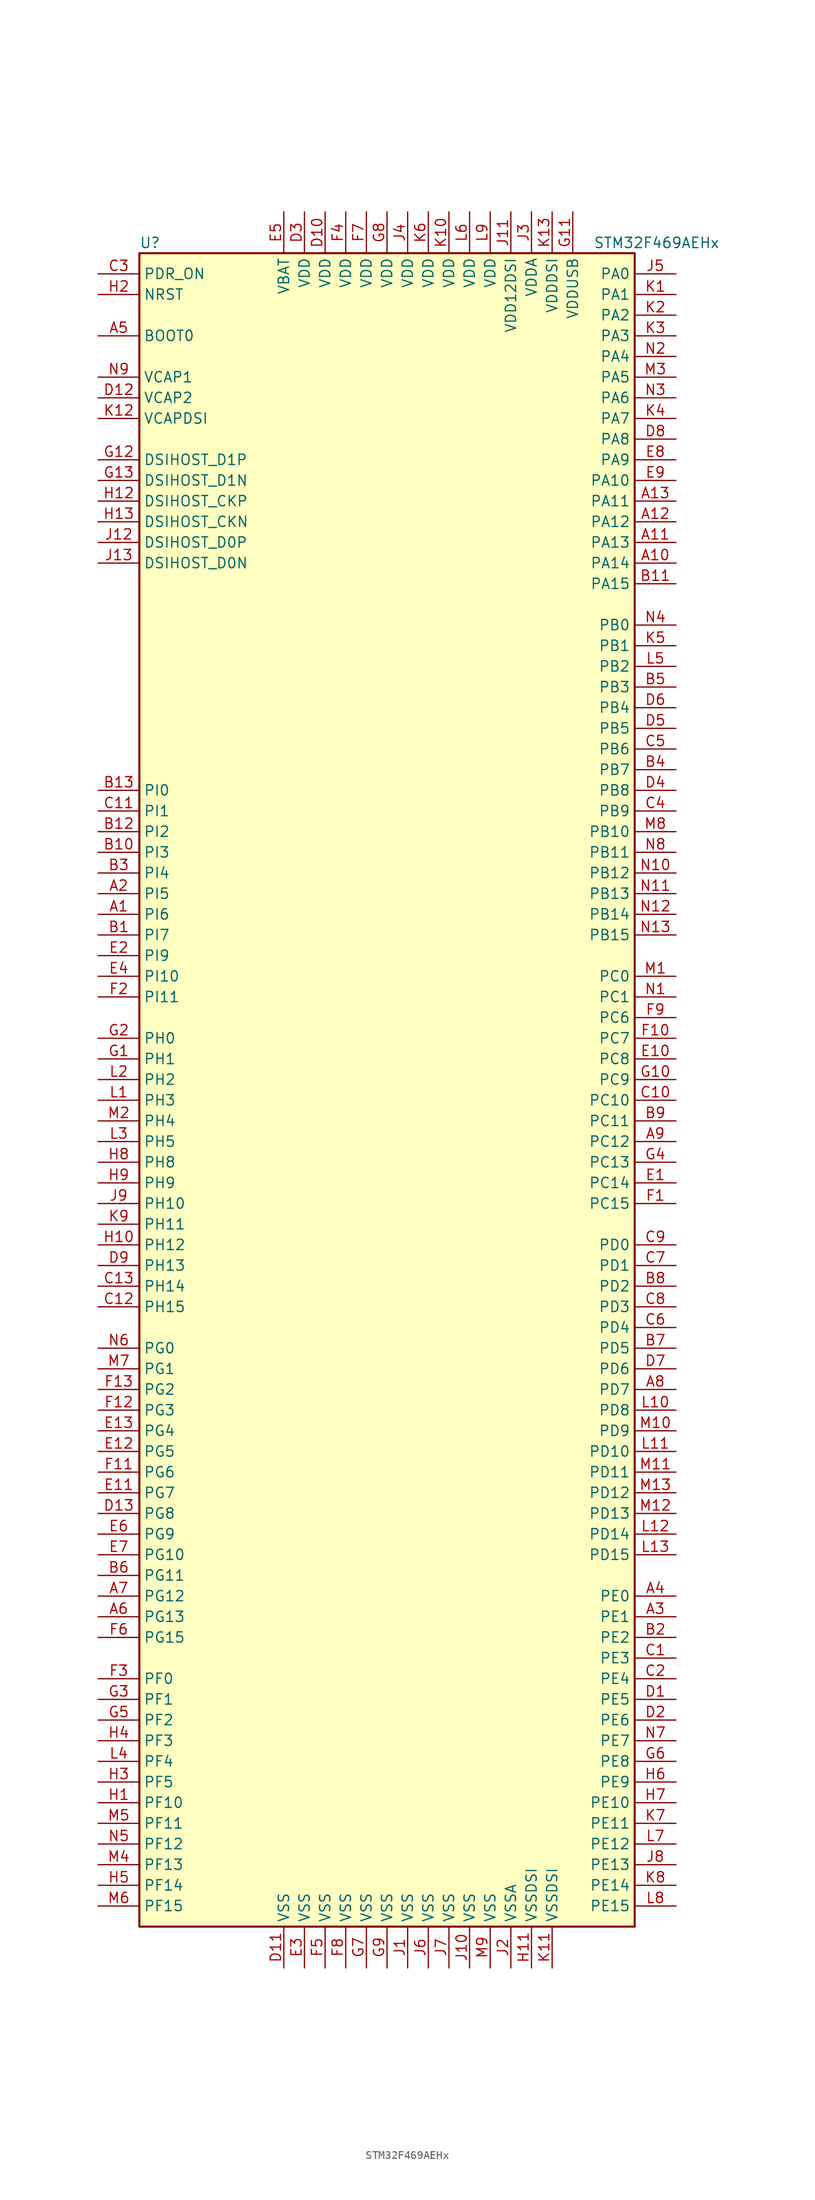
<source format=kicad_sym>
(kicad_symbol_lib
  (version 20220914)
  (generator kicad_symbol_editor)
  (symbol "STM32F469AEHx"
    (property "Reference" "U"
      (at -30.48 102.87 0)
      (effects (font (size 1.27 1.27)) (justify left)))
    (property "Value" "STM32F469AEHx"
      (at 25.4 102.87 0)
      (effects (font (size 1.27 1.27)) (justify left)))
    (symbol "STM32F469AEHx_0_1"
      (rectangle (start -30.48 -104.14) (end 30.48 101.6) (stroke (width 0.254) (type default)) (fill (type background))))
    (symbol "STM32F469AEHx_1_1"
      (pin bidirectional line (at -35.56 20.32 0) (length 5.08) (name "PI6" (effects (font (size 1.27 1.27)))) (number "A1" (effects (font (size 1.27 1.27)))))
      (pin bidirectional line (at 35.56 63.5 180) (length 5.08) (name "PA14" (effects (font (size 1.27 1.27)))) (number "A10" (effects (font (size 1.27 1.27)))))
      (pin bidirectional line (at 35.56 66.04 180) (length 5.08) (name "PA13" (effects (font (size 1.27 1.27)))) (number "A11" (effects (font (size 1.27 1.27)))))
      (pin bidirectional line (at 35.56 68.58 180) (length 5.08) (name "PA12" (effects (font (size 1.27 1.27)))) (number "A12" (effects (font (size 1.27 1.27)))))
      (pin bidirectional line (at 35.56 71.12 180) (length 5.08) (name "PA11" (effects (font (size 1.27 1.27)))) (number "A13" (effects (font (size 1.27 1.27)))))
      (pin bidirectional line (at -35.56 22.86 0) (length 5.08) (name "PI5" (effects (font (size 1.27 1.27)))) (number "A2" (effects (font (size 1.27 1.27)))))
      (pin bidirectional line (at 35.56 -66.04 180) (length 5.08) (name "PE1" (effects (font (size 1.27 1.27)))) (number "A3" (effects (font (size 1.27 1.27)))))
      (pin bidirectional line (at 35.56 -63.5 180) (length 5.08) (name "PE0" (effects (font (size 1.27 1.27)))) (number "A4" (effects (font (size 1.27 1.27)))))
      (pin input line (at -35.56 91.44 0) (length 5.08) (name "BOOT0" (effects (font (size 1.27 1.27)))) (number "A5" (effects (font (size 1.27 1.27)))))
      (pin bidirectional line (at -35.56 -66.04 0) (length 5.08) (name "PG13" (effects (font (size 1.27 1.27)))) (number "A6" (effects (font (size 1.27 1.27)))))
      (pin bidirectional line (at -35.56 -63.5 0) (length 5.08) (name "PG12" (effects (font (size 1.27 1.27)))) (number "A7" (effects (font (size 1.27 1.27)))))
      (pin bidirectional line (at 35.56 -38.1 180) (length 5.08) (name "PD7" (effects (font (size 1.27 1.27)))) (number "A8" (effects (font (size 1.27 1.27)))))
      (pin bidirectional line (at 35.56 -7.62 180) (length 5.08) (name "PC12" (effects (font (size 1.27 1.27)))) (number "A9" (effects (font (size 1.27 1.27)))))
      (pin bidirectional line (at -35.56 17.78 0) (length 5.08) (name "PI7" (effects (font (size 1.27 1.27)))) (number "B1" (effects (font (size 1.27 1.27)))))
      (pin bidirectional line (at -35.56 27.94 0) (length 5.08) (name "PI3" (effects (font (size 1.27 1.27)))) (number "B10" (effects (font (size 1.27 1.27)))))
      (pin bidirectional line (at 35.56 60.96 180) (length 5.08) (name "PA15" (effects (font (size 1.27 1.27)))) (number "B11" (effects (font (size 1.27 1.27)))))
      (pin bidirectional line (at -35.56 30.48 0) (length 5.08) (name "PI2" (effects (font (size 1.27 1.27)))) (number "B12" (effects (font (size 1.27 1.27)))))
      (pin bidirectional line (at -35.56 35.56 0) (length 5.08) (name "PI0" (effects (font (size 1.27 1.27)))) (number "B13" (effects (font (size 1.27 1.27)))))
      (pin bidirectional line (at 35.56 -68.58 180) (length 5.08) (name "PE2" (effects (font (size 1.27 1.27)))) (number "B2" (effects (font (size 1.27 1.27)))))
      (pin bidirectional line (at -35.56 25.4 0) (length 5.08) (name "PI4" (effects (font (size 1.27 1.27)))) (number "B3" (effects (font (size 1.27 1.27)))))
      (pin bidirectional line (at 35.56 38.1 180) (length 5.08) (name "PB7" (effects (font (size 1.27 1.27)))) (number "B4" (effects (font (size 1.27 1.27)))))
      (pin bidirectional line (at 35.56 48.26 180) (length 5.08) (name "PB3" (effects (font (size 1.27 1.27)))) (number "B5" (effects (font (size 1.27 1.27)))))
      (pin bidirectional line (at -35.56 -60.96 0) (length 5.08) (name "PG11" (effects (font (size 1.27 1.27)))) (number "B6" (effects (font (size 1.27 1.27)))))
      (pin bidirectional line (at 35.56 -33.02 180) (length 5.08) (name "PD5" (effects (font (size 1.27 1.27)))) (number "B7" (effects (font (size 1.27 1.27)))))
      (pin bidirectional line (at 35.56 -25.4 180) (length 5.08) (name "PD2" (effects (font (size 1.27 1.27)))) (number "B8" (effects (font (size 1.27 1.27)))))
      (pin bidirectional line (at 35.56 -5.08 180) (length 5.08) (name "PC11" (effects (font (size 1.27 1.27)))) (number "B9" (effects (font (size 1.27 1.27)))))
      (pin bidirectional line (at 35.56 -71.12 180) (length 5.08) (name "PE3" (effects (font (size 1.27 1.27)))) (number "C1" (effects (font (size 1.27 1.27)))))
      (pin bidirectional line (at 35.56 -2.54 180) (length 5.08) (name "PC10" (effects (font (size 1.27 1.27)))) (number "C10" (effects (font (size 1.27 1.27)))))
      (pin bidirectional line (at -35.56 33.02 0) (length 5.08) (name "PI1" (effects (font (size 1.27 1.27)))) (number "C11" (effects (font (size 1.27 1.27)))))
      (pin bidirectional line (at -35.56 -27.94 0) (length 5.08) (name "PH15" (effects (font (size 1.27 1.27)))) (number "C12" (effects (font (size 1.27 1.27)))))
      (pin bidirectional line (at -35.56 -25.4 0) (length 5.08) (name "PH14" (effects (font (size 1.27 1.27)))) (number "C13" (effects (font (size 1.27 1.27)))))
      (pin bidirectional line (at 35.56 -73.66 180) (length 5.08) (name "PE4" (effects (font (size 1.27 1.27)))) (number "C2" (effects (font (size 1.27 1.27)))))
      (pin input line (at -35.56 99.06 0) (length 5.08) (name "PDR_ON" (effects (font (size 1.27 1.27)))) (number "C3" (effects (font (size 1.27 1.27)))))
      (pin bidirectional line (at 35.56 33.02 180) (length 5.08) (name "PB9" (effects (font (size 1.27 1.27)))) (number "C4" (effects (font (size 1.27 1.27)))))
      (pin bidirectional line (at 35.56 40.64 180) (length 5.08) (name "PB6" (effects (font (size 1.27 1.27)))) (number "C5" (effects (font (size 1.27 1.27)))))
      (pin bidirectional line (at 35.56 -30.48 180) (length 5.08) (name "PD4" (effects (font (size 1.27 1.27)))) (number "C6" (effects (font (size 1.27 1.27)))))
      (pin bidirectional line (at 35.56 -22.86 180) (length 5.08) (name "PD1" (effects (font (size 1.27 1.27)))) (number "C7" (effects (font (size 1.27 1.27)))))
      (pin bidirectional line (at 35.56 -27.94 180) (length 5.08) (name "PD3" (effects (font (size 1.27 1.27)))) (number "C8" (effects (font (size 1.27 1.27)))))
      (pin bidirectional line (at 35.56 -20.32 180) (length 5.08) (name "PD0" (effects (font (size 1.27 1.27)))) (number "C9" (effects (font (size 1.27 1.27)))))
      (pin bidirectional line (at 35.56 -76.2 180) (length 5.08) (name "PE5" (effects (font (size 1.27 1.27)))) (number "D1" (effects (font (size 1.27 1.27)))))
      (pin power_in line (at -7.62 106.68 270) (length 5.08) (name "VDD" (effects (font (size 1.27 1.27)))) (number "D10" (effects (font (size 1.27 1.27)))))
      (pin power_in line (at -12.7 -109.22 90) (length 5.08) (name "VSS" (effects (font (size 1.27 1.27)))) (number "D11" (effects (font (size 1.27 1.27)))))
      (pin power_in line (at -35.56 83.82 0) (length 5.08) (name "VCAP2" (effects (font (size 1.27 1.27)))) (number "D12" (effects (font (size 1.27 1.27)))))
      (pin bidirectional line (at -35.56 -53.34 0) (length 5.08) (name "PG8" (effects (font (size 1.27 1.27)))) (number "D13" (effects (font (size 1.27 1.27)))))
      (pin bidirectional line (at 35.56 -78.74 180) (length 5.08) (name "PE6" (effects (font (size 1.27 1.27)))) (number "D2" (effects (font (size 1.27 1.27)))))
      (pin power_in line (at -10.16 106.68 270) (length 5.08) (name "VDD" (effects (font (size 1.27 1.27)))) (number "D3" (effects (font (size 1.27 1.27)))))
      (pin bidirectional line (at 35.56 35.56 180) (length 5.08) (name "PB8" (effects (font (size 1.27 1.27)))) (number "D4" (effects (font (size 1.27 1.27)))))
      (pin bidirectional line (at 35.56 43.18 180) (length 5.08) (name "PB5" (effects (font (size 1.27 1.27)))) (number "D5" (effects (font (size 1.27 1.27)))))
      (pin bidirectional line (at 35.56 45.72 180) (length 5.08) (name "PB4" (effects (font (size 1.27 1.27)))) (number "D6" (effects (font (size 1.27 1.27)))))
      (pin bidirectional line (at 35.56 -35.56 180) (length 5.08) (name "PD6" (effects (font (size 1.27 1.27)))) (number "D7" (effects (font (size 1.27 1.27)))))
      (pin bidirectional line (at 35.56 78.74 180) (length 5.08) (name "PA8" (effects (font (size 1.27 1.27)))) (number "D8" (effects (font (size 1.27 1.27)))))
      (pin bidirectional line (at -35.56 -22.86 0) (length 5.08) (name "PH13" (effects (font (size 1.27 1.27)))) (number "D9" (effects (font (size 1.27 1.27)))))
      (pin bidirectional line (at 35.56 -12.7 180) (length 5.08) (name "PC14" (effects (font (size 1.27 1.27)))) (number "E1" (effects (font (size 1.27 1.27)))))
      (pin bidirectional line (at 35.56 2.54 180) (length 5.08) (name "PC8" (effects (font (size 1.27 1.27)))) (number "E10" (effects (font (size 1.27 1.27)))))
      (pin bidirectional line (at -35.56 -50.8 0) (length 5.08) (name "PG7" (effects (font (size 1.27 1.27)))) (number "E11" (effects (font (size 1.27 1.27)))))
      (pin bidirectional line (at -35.56 -45.72 0) (length 5.08) (name "PG5" (effects (font (size 1.27 1.27)))) (number "E12" (effects (font (size 1.27 1.27)))))
      (pin bidirectional line (at -35.56 -43.18 0) (length 5.08) (name "PG4" (effects (font (size 1.27 1.27)))) (number "E13" (effects (font (size 1.27 1.27)))))
      (pin bidirectional line (at -35.56 15.24 0) (length 5.08) (name "PI9" (effects (font (size 1.27 1.27)))) (number "E2" (effects (font (size 1.27 1.27)))))
      (pin power_in line (at -10.16 -109.22 90) (length 5.08) (name "VSS" (effects (font (size 1.27 1.27)))) (number "E3" (effects (font (size 1.27 1.27)))))
      (pin bidirectional line (at -35.56 12.7 0) (length 5.08) (name "PI10" (effects (font (size 1.27 1.27)))) (number "E4" (effects (font (size 1.27 1.27)))))
      (pin power_in line (at -12.7 106.68 270) (length 5.08) (name "VBAT" (effects (font (size 1.27 1.27)))) (number "E5" (effects (font (size 1.27 1.27)))))
      (pin bidirectional line (at -35.56 -55.88 0) (length 5.08) (name "PG9" (effects (font (size 1.27 1.27)))) (number "E6" (effects (font (size 1.27 1.27)))))
      (pin bidirectional line (at -35.56 -58.42 0) (length 5.08) (name "PG10" (effects (font (size 1.27 1.27)))) (number "E7" (effects (font (size 1.27 1.27)))))
      (pin bidirectional line (at 35.56 76.2 180) (length 5.08) (name "PA9" (effects (font (size 1.27 1.27)))) (number "E8" (effects (font (size 1.27 1.27)))))
      (pin bidirectional line (at 35.56 73.66 180) (length 5.08) (name "PA10" (effects (font (size 1.27 1.27)))) (number "E9" (effects (font (size 1.27 1.27)))))
      (pin bidirectional line (at 35.56 -15.24 180) (length 5.08) (name "PC15" (effects (font (size 1.27 1.27)))) (number "F1" (effects (font (size 1.27 1.27)))))
      (pin bidirectional line (at 35.56 5.08 180) (length 5.08) (name "PC7" (effects (font (size 1.27 1.27)))) (number "F10" (effects (font (size 1.27 1.27)))))
      (pin bidirectional line (at -35.56 -48.26 0) (length 5.08) (name "PG6" (effects (font (size 1.27 1.27)))) (number "F11" (effects (font (size 1.27 1.27)))))
      (pin bidirectional line (at -35.56 -40.64 0) (length 5.08) (name "PG3" (effects (font (size 1.27 1.27)))) (number "F12" (effects (font (size 1.27 1.27)))))
      (pin bidirectional line (at -35.56 -38.1 0) (length 5.08) (name "PG2" (effects (font (size 1.27 1.27)))) (number "F13" (effects (font (size 1.27 1.27)))))
      (pin bidirectional line (at -35.56 10.16 0) (length 5.08) (name "PI11" (effects (font (size 1.27 1.27)))) (number "F2" (effects (font (size 1.27 1.27)))))
      (pin bidirectional line (at -35.56 -73.66 0) (length 5.08) (name "PF0" (effects (font (size 1.27 1.27)))) (number "F3" (effects (font (size 1.27 1.27)))))
      (pin power_in line (at -5.08 106.68 270) (length 5.08) (name "VDD" (effects (font (size 1.27 1.27)))) (number "F4" (effects (font (size 1.27 1.27)))))
      (pin power_in line (at -7.62 -109.22 90) (length 5.08) (name "VSS" (effects (font (size 1.27 1.27)))) (number "F5" (effects (font (size 1.27 1.27)))))
      (pin bidirectional line (at -35.56 -68.58 0) (length 5.08) (name "PG15" (effects (font (size 1.27 1.27)))) (number "F6" (effects (font (size 1.27 1.27)))))
      (pin power_in line (at -2.54 106.68 270) (length 5.08) (name "VDD" (effects (font (size 1.27 1.27)))) (number "F7" (effects (font (size 1.27 1.27)))))
      (pin power_in line (at -5.08 -109.22 90) (length 5.08) (name "VSS" (effects (font (size 1.27 1.27)))) (number "F8" (effects (font (size 1.27 1.27)))))
      (pin bidirectional line (at 35.56 7.62 180) (length 5.08) (name "PC6" (effects (font (size 1.27 1.27)))) (number "F9" (effects (font (size 1.27 1.27)))))
      (pin input line (at -35.56 2.54 0) (length 5.08) (name "PH1" (effects (font (size 1.27 1.27)))) (number "G1" (effects (font (size 1.27 1.27)))))
      (pin bidirectional line (at 35.56 0 180) (length 5.08) (name "PC9" (effects (font (size 1.27 1.27)))) (number "G10" (effects (font (size 1.27 1.27)))))
      (pin power_in line (at 22.86 106.68 270) (length 5.08) (name "VDDUSB" (effects (font (size 1.27 1.27)))) (number "G11" (effects (font (size 1.27 1.27)))))
      (pin bidirectional line (at -35.56 76.2 0) (length 5.08) (name "DSIHOST_D1P" (effects (font (size 1.27 1.27)))) (number "G12" (effects (font (size 1.27 1.27)))))
      (pin bidirectional line (at -35.56 73.66 0) (length 5.08) (name "DSIHOST_D1N" (effects (font (size 1.27 1.27)))) (number "G13" (effects (font (size 1.27 1.27)))))
      (pin input line (at -35.56 5.08 0) (length 5.08) (name "PH0" (effects (font (size 1.27 1.27)))) (number "G2" (effects (font (size 1.27 1.27)))))
      (pin bidirectional line (at -35.56 -76.2 0) (length 5.08) (name "PF1" (effects (font (size 1.27 1.27)))) (number "G3" (effects (font (size 1.27 1.27)))))
      (pin bidirectional line (at 35.56 -10.16 180) (length 5.08) (name "PC13" (effects (font (size 1.27 1.27)))) (number "G4" (effects (font (size 1.27 1.27)))))
      (pin bidirectional line (at -35.56 -78.74 0) (length 5.08) (name "PF2" (effects (font (size 1.27 1.27)))) (number "G5" (effects (font (size 1.27 1.27)))))
      (pin bidirectional line (at 35.56 -83.82 180) (length 5.08) (name "PE8" (effects (font (size 1.27 1.27)))) (number "G6" (effects (font (size 1.27 1.27)))))
      (pin power_in line (at -2.54 -109.22 90) (length 5.08) (name "VSS" (effects (font (size 1.27 1.27)))) (number "G7" (effects (font (size 1.27 1.27)))))
      (pin power_in line (at 0 106.68 270) (length 5.08) (name "VDD" (effects (font (size 1.27 1.27)))) (number "G8" (effects (font (size 1.27 1.27)))))
      (pin power_in line (at 0 -109.22 90) (length 5.08) (name "VSS" (effects (font (size 1.27 1.27)))) (number "G9" (effects (font (size 1.27 1.27)))))
      (pin bidirectional line (at -35.56 -88.9 0) (length 5.08) (name "PF10" (effects (font (size 1.27 1.27)))) (number "H1" (effects (font (size 1.27 1.27)))))
      (pin bidirectional line (at -35.56 -20.32 0) (length 5.08) (name "PH12" (effects (font (size 1.27 1.27)))) (number "H10" (effects (font (size 1.27 1.27)))))
      (pin power_in line (at 17.78 -109.22 90) (length 5.08) (name "VSSDSI" (effects (font (size 1.27 1.27)))) (number "H11" (effects (font (size 1.27 1.27)))))
      (pin bidirectional line (at -35.56 71.12 0) (length 5.08) (name "DSIHOST_CKP" (effects (font (size 1.27 1.27)))) (number "H12" (effects (font (size 1.27 1.27)))))
      (pin bidirectional line (at -35.56 68.58 0) (length 5.08) (name "DSIHOST_CKN" (effects (font (size 1.27 1.27)))) (number "H13" (effects (font (size 1.27 1.27)))))
      (pin input line (at -35.56 96.52 0) (length 5.08) (name "NRST" (effects (font (size 1.27 1.27)))) (number "H2" (effects (font (size 1.27 1.27)))))
      (pin bidirectional line (at -35.56 -86.36 0) (length 5.08) (name "PF5" (effects (font (size 1.27 1.27)))) (number "H3" (effects (font (size 1.27 1.27)))))
      (pin bidirectional line (at -35.56 -81.28 0) (length 5.08) (name "PF3" (effects (font (size 1.27 1.27)))) (number "H4" (effects (font (size 1.27 1.27)))))
      (pin bidirectional line (at -35.56 -99.06 0) (length 5.08) (name "PF14" (effects (font (size 1.27 1.27)))) (number "H5" (effects (font (size 1.27 1.27)))))
      (pin bidirectional line (at 35.56 -86.36 180) (length 5.08) (name "PE9" (effects (font (size 1.27 1.27)))) (number "H6" (effects (font (size 1.27 1.27)))))
      (pin bidirectional line (at 35.56 -88.9 180) (length 5.08) (name "PE10" (effects (font (size 1.27 1.27)))) (number "H7" (effects (font (size 1.27 1.27)))))
      (pin bidirectional line (at -35.56 -10.16 0) (length 5.08) (name "PH8" (effects (font (size 1.27 1.27)))) (number "H8" (effects (font (size 1.27 1.27)))))
      (pin bidirectional line (at -35.56 -12.7 0) (length 5.08) (name "PH9" (effects (font (size 1.27 1.27)))) (number "H9" (effects (font (size 1.27 1.27)))))
      (pin power_in line (at 2.54 -109.22 90) (length 5.08) (name "VSS" (effects (font (size 1.27 1.27)))) (number "J1" (effects (font (size 1.27 1.27)))))
      (pin power_in line (at 10.16 -109.22 90) (length 5.08) (name "VSS" (effects (font (size 1.27 1.27)))) (number "J10" (effects (font (size 1.27 1.27)))))
      (pin power_in line (at 15.24 106.68 270) (length 5.08) (name "VDD12DSI" (effects (font (size 1.27 1.27)))) (number "J11" (effects (font (size 1.27 1.27)))))
      (pin bidirectional line (at -35.56 66.04 0) (length 5.08) (name "DSIHOST_D0P" (effects (font (size 1.27 1.27)))) (number "J12" (effects (font (size 1.27 1.27)))))
      (pin bidirectional line (at -35.56 63.5 0) (length 5.08) (name "DSIHOST_D0N" (effects (font (size 1.27 1.27)))) (number "J13" (effects (font (size 1.27 1.27)))))
      (pin power_in line (at 15.24 -109.22 90) (length 5.08) (name "VSSA" (effects (font (size 1.27 1.27)))) (number "J2" (effects (font (size 1.27 1.27)))))
      (pin power_in line (at 17.78 106.68 270) (length 5.08) (name "VDDA" (effects (font (size 1.27 1.27)))) (number "J3" (effects (font (size 1.27 1.27)))))
      (pin power_in line (at 2.54 106.68 270) (length 5.08) (name "VDD" (effects (font (size 1.27 1.27)))) (number "J4" (effects (font (size 1.27 1.27)))))
      (pin bidirectional line (at 35.56 99.06 180) (length 5.08) (name "PA0" (effects (font (size 1.27 1.27)))) (number "J5" (effects (font (size 1.27 1.27)))))
      (pin power_in line (at 5.08 -109.22 90) (length 5.08) (name "VSS" (effects (font (size 1.27 1.27)))) (number "J6" (effects (font (size 1.27 1.27)))))
      (pin power_in line (at 7.62 -109.22 90) (length 5.08) (name "VSS" (effects (font (size 1.27 1.27)))) (number "J7" (effects (font (size 1.27 1.27)))))
      (pin bidirectional line (at 35.56 -96.52 180) (length 5.08) (name "PE13" (effects (font (size 1.27 1.27)))) (number "J8" (effects (font (size 1.27 1.27)))))
      (pin bidirectional line (at -35.56 -15.24 0) (length 5.08) (name "PH10" (effects (font (size 1.27 1.27)))) (number "J9" (effects (font (size 1.27 1.27)))))
      (pin bidirectional line (at 35.56 96.52 180) (length 5.08) (name "PA1" (effects (font (size 1.27 1.27)))) (number "K1" (effects (font (size 1.27 1.27)))))
      (pin power_in line (at 7.62 106.68 270) (length 5.08) (name "VDD" (effects (font (size 1.27 1.27)))) (number "K10" (effects (font (size 1.27 1.27)))))
      (pin power_in line (at 20.32 -109.22 90) (length 5.08) (name "VSSDSI" (effects (font (size 1.27 1.27)))) (number "K11" (effects (font (size 1.27 1.27)))))
      (pin power_in line (at -35.56 81.28 0) (length 5.08) (name "VCAPDSI" (effects (font (size 1.27 1.27)))) (number "K12" (effects (font (size 1.27 1.27)))))
      (pin power_in line (at 20.32 106.68 270) (length 5.08) (name "VDDDSI" (effects (font (size 1.27 1.27)))) (number "K13" (effects (font (size 1.27 1.27)))))
      (pin bidirectional line (at 35.56 93.98 180) (length 5.08) (name "PA2" (effects (font (size 1.27 1.27)))) (number "K2" (effects (font (size 1.27 1.27)))))
      (pin bidirectional line (at 35.56 91.44 180) (length 5.08) (name "PA3" (effects (font (size 1.27 1.27)))) (number "K3" (effects (font (size 1.27 1.27)))))
      (pin bidirectional line (at 35.56 81.28 180) (length 5.08) (name "PA7" (effects (font (size 1.27 1.27)))) (number "K4" (effects (font (size 1.27 1.27)))))
      (pin bidirectional line (at 35.56 53.34 180) (length 5.08) (name "PB1" (effects (font (size 1.27 1.27)))) (number "K5" (effects (font (size 1.27 1.27)))))
      (pin power_in line (at 5.08 106.68 270) (length 5.08) (name "VDD" (effects (font (size 1.27 1.27)))) (number "K6" (effects (font (size 1.27 1.27)))))
      (pin bidirectional line (at 35.56 -91.44 180) (length 5.08) (name "PE11" (effects (font (size 1.27 1.27)))) (number "K7" (effects (font (size 1.27 1.27)))))
      (pin bidirectional line (at 35.56 -99.06 180) (length 5.08) (name "PE14" (effects (font (size 1.27 1.27)))) (number "K8" (effects (font (size 1.27 1.27)))))
      (pin bidirectional line (at -35.56 -17.78 0) (length 5.08) (name "PH11" (effects (font (size 1.27 1.27)))) (number "K9" (effects (font (size 1.27 1.27)))))
      (pin bidirectional line (at -35.56 -2.54 0) (length 5.08) (name "PH3" (effects (font (size 1.27 1.27)))) (number "L1" (effects (font (size 1.27 1.27)))))
      (pin bidirectional line (at 35.56 -40.64 180) (length 5.08) (name "PD8" (effects (font (size 1.27 1.27)))) (number "L10" (effects (font (size 1.27 1.27)))))
      (pin bidirectional line (at 35.56 -45.72 180) (length 5.08) (name "PD10" (effects (font (size 1.27 1.27)))) (number "L11" (effects (font (size 1.27 1.27)))))
      (pin bidirectional line (at 35.56 -55.88 180) (length 5.08) (name "PD14" (effects (font (size 1.27 1.27)))) (number "L12" (effects (font (size 1.27 1.27)))))
      (pin bidirectional line (at 35.56 -58.42 180) (length 5.08) (name "PD15" (effects (font (size 1.27 1.27)))) (number "L13" (effects (font (size 1.27 1.27)))))
      (pin bidirectional line (at -35.56 0 0) (length 5.08) (name "PH2" (effects (font (size 1.27 1.27)))) (number "L2" (effects (font (size 1.27 1.27)))))
      (pin bidirectional line (at -35.56 -7.62 0) (length 5.08) (name "PH5" (effects (font (size 1.27 1.27)))) (number "L3" (effects (font (size 1.27 1.27)))))
      (pin bidirectional line (at -35.56 -83.82 0) (length 5.08) (name "PF4" (effects (font (size 1.27 1.27)))) (number "L4" (effects (font (size 1.27 1.27)))))
      (pin bidirectional line (at 35.56 50.8 180) (length 5.08) (name "PB2" (effects (font (size 1.27 1.27)))) (number "L5" (effects (font (size 1.27 1.27)))))
      (pin power_in line (at 10.16 106.68 270) (length 5.08) (name "VDD" (effects (font (size 1.27 1.27)))) (number "L6" (effects (font (size 1.27 1.27)))))
      (pin bidirectional line (at 35.56 -93.98 180) (length 5.08) (name "PE12" (effects (font (size 1.27 1.27)))) (number "L7" (effects (font (size 1.27 1.27)))))
      (pin bidirectional line (at 35.56 -101.6 180) (length 5.08) (name "PE15" (effects (font (size 1.27 1.27)))) (number "L8" (effects (font (size 1.27 1.27)))))
      (pin power_in line (at 12.7 106.68 270) (length 5.08) (name "VDD" (effects (font (size 1.27 1.27)))) (number "L9" (effects (font (size 1.27 1.27)))))
      (pin bidirectional line (at 35.56 12.7 180) (length 5.08) (name "PC0" (effects (font (size 1.27 1.27)))) (number "M1" (effects (font (size 1.27 1.27)))))
      (pin bidirectional line (at 35.56 -43.18 180) (length 5.08) (name "PD9" (effects (font (size 1.27 1.27)))) (number "M10" (effects (font (size 1.27 1.27)))))
      (pin bidirectional line (at 35.56 -48.26 180) (length 5.08) (name "PD11" (effects (font (size 1.27 1.27)))) (number "M11" (effects (font (size 1.27 1.27)))))
      (pin bidirectional line (at 35.56 -53.34 180) (length 5.08) (name "PD13" (effects (font (size 1.27 1.27)))) (number "M12" (effects (font (size 1.27 1.27)))))
      (pin bidirectional line (at 35.56 -50.8 180) (length 5.08) (name "PD12" (effects (font (size 1.27 1.27)))) (number "M13" (effects (font (size 1.27 1.27)))))
      (pin bidirectional line (at -35.56 -5.08 0) (length 5.08) (name "PH4" (effects (font (size 1.27 1.27)))) (number "M2" (effects (font (size 1.27 1.27)))))
      (pin bidirectional line (at 35.56 86.36 180) (length 5.08) (name "PA5" (effects (font (size 1.27 1.27)))) (number "M3" (effects (font (size 1.27 1.27)))))
      (pin bidirectional line (at -35.56 -96.52 0) (length 5.08) (name "PF13" (effects (font (size 1.27 1.27)))) (number "M4" (effects (font (size 1.27 1.27)))))
      (pin bidirectional line (at -35.56 -91.44 0) (length 5.08) (name "PF11" (effects (font (size 1.27 1.27)))) (number "M5" (effects (font (size 1.27 1.27)))))
      (pin bidirectional line (at -35.56 -101.6 0) (length 5.08) (name "PF15" (effects (font (size 1.27 1.27)))) (number "M6" (effects (font (size 1.27 1.27)))))
      (pin bidirectional line (at -35.56 -35.56 0) (length 5.08) (name "PG1" (effects (font (size 1.27 1.27)))) (number "M7" (effects (font (size 1.27 1.27)))))
      (pin bidirectional line (at 35.56 30.48 180) (length 5.08) (name "PB10" (effects (font (size 1.27 1.27)))) (number "M8" (effects (font (size 1.27 1.27)))))
      (pin power_in line (at 12.7 -109.22 90) (length 5.08) (name "VSS" (effects (font (size 1.27 1.27)))) (number "M9" (effects (font (size 1.27 1.27)))))
      (pin bidirectional line (at 35.56 10.16 180) (length 5.08) (name "PC1" (effects (font (size 1.27 1.27)))) (number "N1" (effects (font (size 1.27 1.27)))))
      (pin bidirectional line (at 35.56 25.4 180) (length 5.08) (name "PB12" (effects (font (size 1.27 1.27)))) (number "N10" (effects (font (size 1.27 1.27)))))
      (pin bidirectional line (at 35.56 22.86 180) (length 5.08) (name "PB13" (effects (font (size 1.27 1.27)))) (number "N11" (effects (font (size 1.27 1.27)))))
      (pin bidirectional line (at 35.56 20.32 180) (length 5.08) (name "PB14" (effects (font (size 1.27 1.27)))) (number "N12" (effects (font (size 1.27 1.27)))))
      (pin bidirectional line (at 35.56 17.78 180) (length 5.08) (name "PB15" (effects (font (size 1.27 1.27)))) (number "N13" (effects (font (size 1.27 1.27)))))
      (pin bidirectional line (at 35.56 88.9 180) (length 5.08) (name "PA4" (effects (font (size 1.27 1.27)))) (number "N2" (effects (font (size 1.27 1.27)))))
      (pin bidirectional line (at 35.56 83.82 180) (length 5.08) (name "PA6" (effects (font (size 1.27 1.27)))) (number "N3" (effects (font (size 1.27 1.27)))))
      (pin bidirectional line (at 35.56 55.88 180) (length 5.08) (name "PB0" (effects (font (size 1.27 1.27)))) (number "N4" (effects (font (size 1.27 1.27)))))
      (pin bidirectional line (at -35.56 -93.98 0) (length 5.08) (name "PF12" (effects (font (size 1.27 1.27)))) (number "N5" (effects (font (size 1.27 1.27)))))
      (pin bidirectional line (at -35.56 -33.02 0) (length 5.08) (name "PG0" (effects (font (size 1.27 1.27)))) (number "N6" (effects (font (size 1.27 1.27)))))
      (pin bidirectional line (at 35.56 -81.28 180) (length 5.08) (name "PE7" (effects (font (size 1.27 1.27)))) (number "N7" (effects (font (size 1.27 1.27)))))
      (pin bidirectional line (at 35.56 27.94 180) (length 5.08) (name "PB11" (effects (font (size 1.27 1.27)))) (number "N8" (effects (font (size 1.27 1.27)))))
      (pin power_in line (at -35.56 86.36 0) (length 5.08) (name "VCAP1" (effects (font (size 1.27 1.27)))) (number "N9" (effects (font (size 1.27 1.27))))))))
</source>
